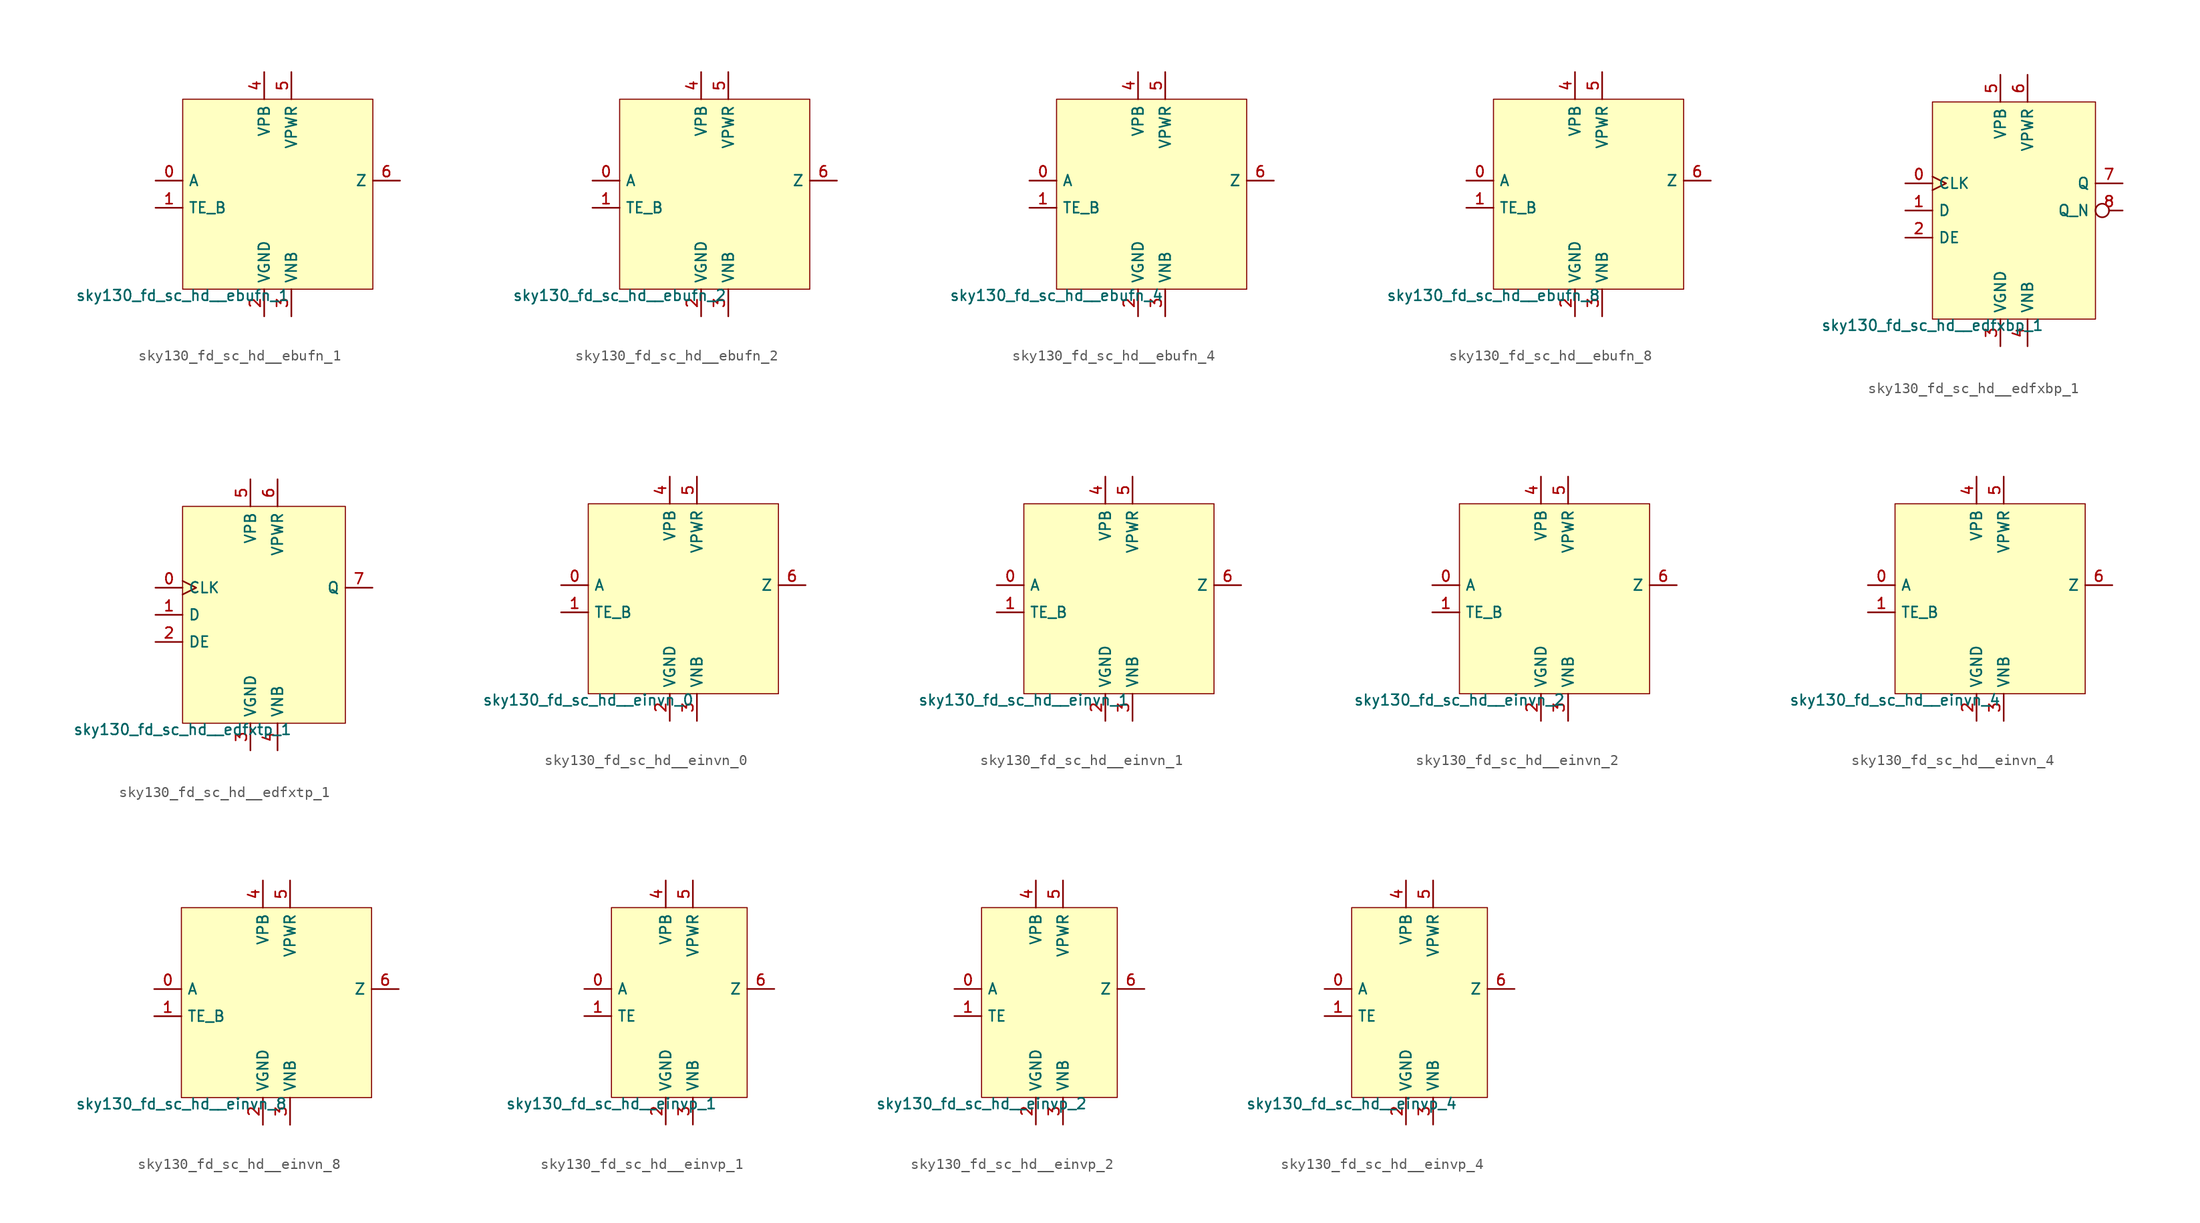
<source format=kicad_sym>
(kicad_symbol_lib
  (version 20211014)
  (generator lef2kicad_sym)
  (symbol "sky130_fd_sc_hd__ebufn_1"
    (property "Reference" "X"
      (at 0 0 0)
      (effects (font (size 1 1)) hide))
    (property "Value" "sky130_fd_sc_hd__ebufn_1"
      (at -8.89 -8.89 0)
      (effects (font (size 1 1)) (justify top)))
    (rectangle
      (start -8.89 -8.89)
      (end 8.89 8.89)
      (stroke (width 0.1) (type solid) (color 0 0 0 0))
      (fill (type background)))
    (pin input line
      (at -11.43 1.27 0)
      (length 2.54)
      (name "A" (effects (font (size 1 1)) hide))
      (number "0" (effects (font (size 1 1)) hide)))
    (pin input line
      (at -11.43 -1.27 0)
      (length 2.54)
      (name "TE_B" (effects (font (size 1 1)) hide))
      (number "1" (effects (font (size 1 1)) hide)))
    (pin power_in line
      (at -1.27 -11.43 90)
      (length 2.54)
      (name "VGND" (effects (font (size 1 1)) hide))
      (number "2" (effects (font (size 1 1)) hide)))
    (pin power_in line
      (at 1.27 -11.43 90)
      (length 2.54)
      (name "VNB" (effects (font (size 1 1)) hide))
      (number "3" (effects (font (size 1 1)) hide)))
    (pin power_in line
      (at -1.27 11.43 270)
      (length 2.54)
      (name "VPB" (effects (font (size 1 1)) hide))
      (number "4" (effects (font (size 1 1)) hide)))
    (pin power_in line
      (at 1.27 11.43 270)
      (length 2.54)
      (name "VPWR" (effects (font (size 1 1)) hide))
      (number "5" (effects (font (size 1 1)) hide)))
    (pin output line
      (at 11.43 1.27 180)
      (length 2.54)
      (name "Z" (effects (font (size 1 1)) hide))
      (number "6" (effects (font (size 1 1)) hide))))
  (symbol "sky130_fd_sc_hd__ebufn_2"
    (property "Reference" "X"
      (at 0 0 0)
      (effects (font (size 1 1)) hide))
    (property "Value" "sky130_fd_sc_hd__ebufn_2"
      (at -8.89 -8.89 0)
      (effects (font (size 1 1)) (justify top)))
    (rectangle
      (start -8.89 -8.89)
      (end 8.89 8.89)
      (stroke (width 0.1) (type solid) (color 0 0 0 0))
      (fill (type background)))
    (pin input line
      (at -11.43 1.27 0)
      (length 2.54)
      (name "A" (effects (font (size 1 1)) hide))
      (number "0" (effects (font (size 1 1)) hide)))
    (pin input line
      (at -11.43 -1.27 0)
      (length 2.54)
      (name "TE_B" (effects (font (size 1 1)) hide))
      (number "1" (effects (font (size 1 1)) hide)))
    (pin power_in line
      (at -1.27 -11.43 90)
      (length 2.54)
      (name "VGND" (effects (font (size 1 1)) hide))
      (number "2" (effects (font (size 1 1)) hide)))
    (pin power_in line
      (at 1.27 -11.43 90)
      (length 2.54)
      (name "VNB" (effects (font (size 1 1)) hide))
      (number "3" (effects (font (size 1 1)) hide)))
    (pin power_in line
      (at -1.27 11.43 270)
      (length 2.54)
      (name "VPB" (effects (font (size 1 1)) hide))
      (number "4" (effects (font (size 1 1)) hide)))
    (pin power_in line
      (at 1.27 11.43 270)
      (length 2.54)
      (name "VPWR" (effects (font (size 1 1)) hide))
      (number "5" (effects (font (size 1 1)) hide)))
    (pin output line
      (at 11.43 1.27 180)
      (length 2.54)
      (name "Z" (effects (font (size 1 1)) hide))
      (number "6" (effects (font (size 1 1)) hide))))
  (symbol "sky130_fd_sc_hd__ebufn_4"
    (property "Reference" "X"
      (at 0 0 0)
      (effects (font (size 1 1)) hide))
    (property "Value" "sky130_fd_sc_hd__ebufn_4"
      (at -8.89 -8.89 0)
      (effects (font (size 1 1)) (justify top)))
    (rectangle
      (start -8.89 -8.89)
      (end 8.89 8.89)
      (stroke (width 0.1) (type solid) (color 0 0 0 0))
      (fill (type background)))
    (pin input line
      (at -11.43 1.27 0)
      (length 2.54)
      (name "A" (effects (font (size 1 1)) hide))
      (number "0" (effects (font (size 1 1)) hide)))
    (pin input line
      (at -11.43 -1.27 0)
      (length 2.54)
      (name "TE_B" (effects (font (size 1 1)) hide))
      (number "1" (effects (font (size 1 1)) hide)))
    (pin power_in line
      (at -1.27 -11.43 90)
      (length 2.54)
      (name "VGND" (effects (font (size 1 1)) hide))
      (number "2" (effects (font (size 1 1)) hide)))
    (pin power_in line
      (at 1.27 -11.43 90)
      (length 2.54)
      (name "VNB" (effects (font (size 1 1)) hide))
      (number "3" (effects (font (size 1 1)) hide)))
    (pin power_in line
      (at -1.27 11.43 270)
      (length 2.54)
      (name "VPB" (effects (font (size 1 1)) hide))
      (number "4" (effects (font (size 1 1)) hide)))
    (pin power_in line
      (at 1.27 11.43 270)
      (length 2.54)
      (name "VPWR" (effects (font (size 1 1)) hide))
      (number "5" (effects (font (size 1 1)) hide)))
    (pin output line
      (at 11.43 1.27 180)
      (length 2.54)
      (name "Z" (effects (font (size 1 1)) hide))
      (number "6" (effects (font (size 1 1)) hide))))
  (symbol "sky130_fd_sc_hd__ebufn_8"
    (property "Reference" "X"
      (at 0 0 0)
      (effects (font (size 1 1)) hide))
    (property "Value" "sky130_fd_sc_hd__ebufn_8"
      (at -8.89 -8.89 0)
      (effects (font (size 1 1)) (justify top)))
    (rectangle
      (start -8.89 -8.89)
      (end 8.89 8.89)
      (stroke (width 0.1) (type solid) (color 0 0 0 0))
      (fill (type background)))
    (pin input line
      (at -11.43 1.27 0)
      (length 2.54)
      (name "A" (effects (font (size 1 1)) hide))
      (number "0" (effects (font (size 1 1)) hide)))
    (pin input line
      (at -11.43 -1.27 0)
      (length 2.54)
      (name "TE_B" (effects (font (size 1 1)) hide))
      (number "1" (effects (font (size 1 1)) hide)))
    (pin power_in line
      (at -1.27 -11.43 90)
      (length 2.54)
      (name "VGND" (effects (font (size 1 1)) hide))
      (number "2" (effects (font (size 1 1)) hide)))
    (pin power_in line
      (at 1.27 -11.43 90)
      (length 2.54)
      (name "VNB" (effects (font (size 1 1)) hide))
      (number "3" (effects (font (size 1 1)) hide)))
    (pin power_in line
      (at -1.27 11.43 270)
      (length 2.54)
      (name "VPB" (effects (font (size 1 1)) hide))
      (number "4" (effects (font (size 1 1)) hide)))
    (pin power_in line
      (at 1.27 11.43 270)
      (length 2.54)
      (name "VPWR" (effects (font (size 1 1)) hide))
      (number "5" (effects (font (size 1 1)) hide)))
    (pin output line
      (at 11.43 1.27 180)
      (length 2.54)
      (name "Z" (effects (font (size 1 1)) hide))
      (number "6" (effects (font (size 1 1)) hide))))
  (symbol "sky130_fd_sc_hd__edfxbp_1"
    (property "Reference" "X"
      (at 0 0 0)
      (effects (font (size 1 1)) hide))
    (property "Value" "sky130_fd_sc_hd__edfxbp_1"
      (at -7.62 -10.16 0)
      (effects (font (size 1 1)) (justify top)))
    (rectangle
      (start -7.62 -10.16)
      (end 7.62 10.16)
      (stroke (width 0.1) (type solid) (color 0 0 0 0))
      (fill (type background)))
    (pin input clock
      (at -10.16 2.54 0)
      (length 2.54)
      (name "CLK" (effects (font (size 1 1)) hide))
      (number "0" (effects (font (size 1 1)) hide)))
    (pin input line
      (at -10.16 0.0 0)
      (length 2.54)
      (name "D" (effects (font (size 1 1)) hide))
      (number "1" (effects (font (size 1 1)) hide)))
    (pin input line
      (at -10.16 -2.54 0)
      (length 2.54)
      (name "DE" (effects (font (size 1 1)) hide))
      (number "2" (effects (font (size 1 1)) hide)))
    (pin power_in line
      (at -1.27 -12.7 90)
      (length 2.54)
      (name "VGND" (effects (font (size 1 1)) hide))
      (number "3" (effects (font (size 1 1)) hide)))
    (pin power_in line
      (at 1.27 -12.7 90)
      (length 2.54)
      (name "VNB" (effects (font (size 1 1)) hide))
      (number "4" (effects (font (size 1 1)) hide)))
    (pin power_in line
      (at -1.27 12.7 270)
      (length 2.54)
      (name "VPB" (effects (font (size 1 1)) hide))
      (number "5" (effects (font (size 1 1)) hide)))
    (pin power_in line
      (at 1.27 12.7 270)
      (length 2.54)
      (name "VPWR" (effects (font (size 1 1)) hide))
      (number "6" (effects (font (size 1 1)) hide)))
    (pin output line
      (at 10.16 2.54 180)
      (length 2.54)
      (name "Q" (effects (font (size 1 1)) hide))
      (number "7" (effects (font (size 1 1)) hide)))
    (pin output inverted
      (at 10.16 0.0 180)
      (length 2.54)
      (name "Q_N" (effects (font (size 1 1)) hide))
      (number "8" (effects (font (size 1 1)) hide))))
  (symbol "sky130_fd_sc_hd__edfxtp_1"
    (property "Reference" "X"
      (at 0 0 0)
      (effects (font (size 1 1)) hide))
    (property "Value" "sky130_fd_sc_hd__edfxtp_1"
      (at -7.62 -10.16 0)
      (effects (font (size 1 1)) (justify top)))
    (rectangle
      (start -7.62 -10.16)
      (end 7.62 10.16)
      (stroke (width 0.1) (type solid) (color 0 0 0 0))
      (fill (type background)))
    (pin input clock
      (at -10.16 2.54 0)
      (length 2.54)
      (name "CLK" (effects (font (size 1 1)) hide))
      (number "0" (effects (font (size 1 1)) hide)))
    (pin input line
      (at -10.16 0.0 0)
      (length 2.54)
      (name "D" (effects (font (size 1 1)) hide))
      (number "1" (effects (font (size 1 1)) hide)))
    (pin input line
      (at -10.16 -2.54 0)
      (length 2.54)
      (name "DE" (effects (font (size 1 1)) hide))
      (number "2" (effects (font (size 1 1)) hide)))
    (pin power_in line
      (at -1.27 -12.7 90)
      (length 2.54)
      (name "VGND" (effects (font (size 1 1)) hide))
      (number "3" (effects (font (size 1 1)) hide)))
    (pin power_in line
      (at 1.27 -12.7 90)
      (length 2.54)
      (name "VNB" (effects (font (size 1 1)) hide))
      (number "4" (effects (font (size 1 1)) hide)))
    (pin power_in line
      (at -1.27 12.7 270)
      (length 2.54)
      (name "VPB" (effects (font (size 1 1)) hide))
      (number "5" (effects (font (size 1 1)) hide)))
    (pin power_in line
      (at 1.27 12.7 270)
      (length 2.54)
      (name "VPWR" (effects (font (size 1 1)) hide))
      (number "6" (effects (font (size 1 1)) hide)))
    (pin output line
      (at 10.16 2.54 180)
      (length 2.54)
      (name "Q" (effects (font (size 1 1)) hide))
      (number "7" (effects (font (size 1 1)) hide))))
  (symbol "sky130_fd_sc_hd__einvn_0"
    (property "Reference" "X"
      (at 0 0 0)
      (effects (font (size 1 1)) hide))
    (property "Value" "sky130_fd_sc_hd__einvn_0"
      (at -8.89 -8.89 0)
      (effects (font (size 1 1)) (justify top)))
    (rectangle
      (start -8.89 -8.89)
      (end 8.89 8.89)
      (stroke (width 0.1) (type solid) (color 0 0 0 0))
      (fill (type background)))
    (pin input line
      (at -11.43 1.27 0)
      (length 2.54)
      (name "A" (effects (font (size 1 1)) hide))
      (number "0" (effects (font (size 1 1)) hide)))
    (pin input line
      (at -11.43 -1.27 0)
      (length 2.54)
      (name "TE_B" (effects (font (size 1 1)) hide))
      (number "1" (effects (font (size 1 1)) hide)))
    (pin power_in line
      (at -1.27 -11.43 90)
      (length 2.54)
      (name "VGND" (effects (font (size 1 1)) hide))
      (number "2" (effects (font (size 1 1)) hide)))
    (pin power_in line
      (at 1.27 -11.43 90)
      (length 2.54)
      (name "VNB" (effects (font (size 1 1)) hide))
      (number "3" (effects (font (size 1 1)) hide)))
    (pin power_in line
      (at -1.27 11.43 270)
      (length 2.54)
      (name "VPB" (effects (font (size 1 1)) hide))
      (number "4" (effects (font (size 1 1)) hide)))
    (pin power_in line
      (at 1.27 11.43 270)
      (length 2.54)
      (name "VPWR" (effects (font (size 1 1)) hide))
      (number "5" (effects (font (size 1 1)) hide)))
    (pin output line
      (at 11.43 1.27 180)
      (length 2.54)
      (name "Z" (effects (font (size 1 1)) hide))
      (number "6" (effects (font (size 1 1)) hide))))
  (symbol "sky130_fd_sc_hd__einvn_1"
    (property "Reference" "X"
      (at 0 0 0)
      (effects (font (size 1 1)) hide))
    (property "Value" "sky130_fd_sc_hd__einvn_1"
      (at -8.89 -8.89 0)
      (effects (font (size 1 1)) (justify top)))
    (rectangle
      (start -8.89 -8.89)
      (end 8.89 8.89)
      (stroke (width 0.1) (type solid) (color 0 0 0 0))
      (fill (type background)))
    (pin input line
      (at -11.43 1.27 0)
      (length 2.54)
      (name "A" (effects (font (size 1 1)) hide))
      (number "0" (effects (font (size 1 1)) hide)))
    (pin input line
      (at -11.43 -1.27 0)
      (length 2.54)
      (name "TE_B" (effects (font (size 1 1)) hide))
      (number "1" (effects (font (size 1 1)) hide)))
    (pin power_in line
      (at -1.27 -11.43 90)
      (length 2.54)
      (name "VGND" (effects (font (size 1 1)) hide))
      (number "2" (effects (font (size 1 1)) hide)))
    (pin power_in line
      (at 1.27 -11.43 90)
      (length 2.54)
      (name "VNB" (effects (font (size 1 1)) hide))
      (number "3" (effects (font (size 1 1)) hide)))
    (pin power_in line
      (at -1.27 11.43 270)
      (length 2.54)
      (name "VPB" (effects (font (size 1 1)) hide))
      (number "4" (effects (font (size 1 1)) hide)))
    (pin power_in line
      (at 1.27 11.43 270)
      (length 2.54)
      (name "VPWR" (effects (font (size 1 1)) hide))
      (number "5" (effects (font (size 1 1)) hide)))
    (pin output line
      (at 11.43 1.27 180)
      (length 2.54)
      (name "Z" (effects (font (size 1 1)) hide))
      (number "6" (effects (font (size 1 1)) hide))))
  (symbol "sky130_fd_sc_hd__einvn_2"
    (property "Reference" "X"
      (at 0 0 0)
      (effects (font (size 1 1)) hide))
    (property "Value" "sky130_fd_sc_hd__einvn_2"
      (at -8.89 -8.89 0)
      (effects (font (size 1 1)) (justify top)))
    (rectangle
      (start -8.89 -8.89)
      (end 8.89 8.89)
      (stroke (width 0.1) (type solid) (color 0 0 0 0))
      (fill (type background)))
    (pin input line
      (at -11.43 1.27 0)
      (length 2.54)
      (name "A" (effects (font (size 1 1)) hide))
      (number "0" (effects (font (size 1 1)) hide)))
    (pin input line
      (at -11.43 -1.27 0)
      (length 2.54)
      (name "TE_B" (effects (font (size 1 1)) hide))
      (number "1" (effects (font (size 1 1)) hide)))
    (pin power_in line
      (at -1.27 -11.43 90)
      (length 2.54)
      (name "VGND" (effects (font (size 1 1)) hide))
      (number "2" (effects (font (size 1 1)) hide)))
    (pin power_in line
      (at 1.27 -11.43 90)
      (length 2.54)
      (name "VNB" (effects (font (size 1 1)) hide))
      (number "3" (effects (font (size 1 1)) hide)))
    (pin power_in line
      (at -1.27 11.43 270)
      (length 2.54)
      (name "VPB" (effects (font (size 1 1)) hide))
      (number "4" (effects (font (size 1 1)) hide)))
    (pin power_in line
      (at 1.27 11.43 270)
      (length 2.54)
      (name "VPWR" (effects (font (size 1 1)) hide))
      (number "5" (effects (font (size 1 1)) hide)))
    (pin output line
      (at 11.43 1.27 180)
      (length 2.54)
      (name "Z" (effects (font (size 1 1)) hide))
      (number "6" (effects (font (size 1 1)) hide))))
  (symbol "sky130_fd_sc_hd__einvn_4"
    (property "Reference" "X"
      (at 0 0 0)
      (effects (font (size 1 1)) hide))
    (property "Value" "sky130_fd_sc_hd__einvn_4"
      (at -8.89 -8.89 0)
      (effects (font (size 1 1)) (justify top)))
    (rectangle
      (start -8.89 -8.89)
      (end 8.89 8.89)
      (stroke (width 0.1) (type solid) (color 0 0 0 0))
      (fill (type background)))
    (pin input line
      (at -11.43 1.27 0)
      (length 2.54)
      (name "A" (effects (font (size 1 1)) hide))
      (number "0" (effects (font (size 1 1)) hide)))
    (pin input line
      (at -11.43 -1.27 0)
      (length 2.54)
      (name "TE_B" (effects (font (size 1 1)) hide))
      (number "1" (effects (font (size 1 1)) hide)))
    (pin power_in line
      (at -1.27 -11.43 90)
      (length 2.54)
      (name "VGND" (effects (font (size 1 1)) hide))
      (number "2" (effects (font (size 1 1)) hide)))
    (pin power_in line
      (at 1.27 -11.43 90)
      (length 2.54)
      (name "VNB" (effects (font (size 1 1)) hide))
      (number "3" (effects (font (size 1 1)) hide)))
    (pin power_in line
      (at -1.27 11.43 270)
      (length 2.54)
      (name "VPB" (effects (font (size 1 1)) hide))
      (number "4" (effects (font (size 1 1)) hide)))
    (pin power_in line
      (at 1.27 11.43 270)
      (length 2.54)
      (name "VPWR" (effects (font (size 1 1)) hide))
      (number "5" (effects (font (size 1 1)) hide)))
    (pin output line
      (at 11.43 1.27 180)
      (length 2.54)
      (name "Z" (effects (font (size 1 1)) hide))
      (number "6" (effects (font (size 1 1)) hide))))
  (symbol "sky130_fd_sc_hd__einvn_8"
    (property "Reference" "X"
      (at 0 0 0)
      (effects (font (size 1 1)) hide))
    (property "Value" "sky130_fd_sc_hd__einvn_8"
      (at -8.89 -8.89 0)
      (effects (font (size 1 1)) (justify top)))
    (rectangle
      (start -8.89 -8.89)
      (end 8.89 8.89)
      (stroke (width 0.1) (type solid) (color 0 0 0 0))
      (fill (type background)))
    (pin input line
      (at -11.43 1.27 0)
      (length 2.54)
      (name "A" (effects (font (size 1 1)) hide))
      (number "0" (effects (font (size 1 1)) hide)))
    (pin input line
      (at -11.43 -1.27 0)
      (length 2.54)
      (name "TE_B" (effects (font (size 1 1)) hide))
      (number "1" (effects (font (size 1 1)) hide)))
    (pin power_in line
      (at -1.27 -11.43 90)
      (length 2.54)
      (name "VGND" (effects (font (size 1 1)) hide))
      (number "2" (effects (font (size 1 1)) hide)))
    (pin power_in line
      (at 1.27 -11.43 90)
      (length 2.54)
      (name "VNB" (effects (font (size 1 1)) hide))
      (number "3" (effects (font (size 1 1)) hide)))
    (pin power_in line
      (at -1.27 11.43 270)
      (length 2.54)
      (name "VPB" (effects (font (size 1 1)) hide))
      (number "4" (effects (font (size 1 1)) hide)))
    (pin power_in line
      (at 1.27 11.43 270)
      (length 2.54)
      (name "VPWR" (effects (font (size 1 1)) hide))
      (number "5" (effects (font (size 1 1)) hide)))
    (pin output line
      (at 11.43 1.27 180)
      (length 2.54)
      (name "Z" (effects (font (size 1 1)) hide))
      (number "6" (effects (font (size 1 1)) hide))))
  (symbol "sky130_fd_sc_hd__einvp_1"
    (property "Reference" "X"
      (at 0 0 0)
      (effects (font (size 1 1)) hide))
    (property "Value" "sky130_fd_sc_hd__einvp_1"
      (at -6.35 -8.89 0)
      (effects (font (size 1 1)) (justify top)))
    (rectangle
      (start -6.35 -8.89)
      (end 6.35 8.89)
      (stroke (width 0.1) (type solid) (color 0 0 0 0))
      (fill (type background)))
    (pin input line
      (at -8.89 1.27 0)
      (length 2.54)
      (name "A" (effects (font (size 1 1)) hide))
      (number "0" (effects (font (size 1 1)) hide)))
    (pin input line
      (at -8.89 -1.27 0)
      (length 2.54)
      (name "TE" (effects (font (size 1 1)) hide))
      (number "1" (effects (font (size 1 1)) hide)))
    (pin power_in line
      (at -1.27 -11.43 90)
      (length 2.54)
      (name "VGND" (effects (font (size 1 1)) hide))
      (number "2" (effects (font (size 1 1)) hide)))
    (pin power_in line
      (at 1.27 -11.43 90)
      (length 2.54)
      (name "VNB" (effects (font (size 1 1)) hide))
      (number "3" (effects (font (size 1 1)) hide)))
    (pin power_in line
      (at -1.27 11.43 270)
      (length 2.54)
      (name "VPB" (effects (font (size 1 1)) hide))
      (number "4" (effects (font (size 1 1)) hide)))
    (pin power_in line
      (at 1.27 11.43 270)
      (length 2.54)
      (name "VPWR" (effects (font (size 1 1)) hide))
      (number "5" (effects (font (size 1 1)) hide)))
    (pin output line
      (at 8.89 1.27 180)
      (length 2.54)
      (name "Z" (effects (font (size 1 1)) hide))
      (number "6" (effects (font (size 1 1)) hide))))
  (symbol "sky130_fd_sc_hd__einvp_2"
    (property "Reference" "X"
      (at 0 0 0)
      (effects (font (size 1 1)) hide))
    (property "Value" "sky130_fd_sc_hd__einvp_2"
      (at -6.35 -8.89 0)
      (effects (font (size 1 1)) (justify top)))
    (rectangle
      (start -6.35 -8.89)
      (end 6.35 8.89)
      (stroke (width 0.1) (type solid) (color 0 0 0 0))
      (fill (type background)))
    (pin input line
      (at -8.89 1.27 0)
      (length 2.54)
      (name "A" (effects (font (size 1 1)) hide))
      (number "0" (effects (font (size 1 1)) hide)))
    (pin input line
      (at -8.89 -1.27 0)
      (length 2.54)
      (name "TE" (effects (font (size 1 1)) hide))
      (number "1" (effects (font (size 1 1)) hide)))
    (pin power_in line
      (at -1.27 -11.43 90)
      (length 2.54)
      (name "VGND" (effects (font (size 1 1)) hide))
      (number "2" (effects (font (size 1 1)) hide)))
    (pin power_in line
      (at 1.27 -11.43 90)
      (length 2.54)
      (name "VNB" (effects (font (size 1 1)) hide))
      (number "3" (effects (font (size 1 1)) hide)))
    (pin power_in line
      (at -1.27 11.43 270)
      (length 2.54)
      (name "VPB" (effects (font (size 1 1)) hide))
      (number "4" (effects (font (size 1 1)) hide)))
    (pin power_in line
      (at 1.27 11.43 270)
      (length 2.54)
      (name "VPWR" (effects (font (size 1 1)) hide))
      (number "5" (effects (font (size 1 1)) hide)))
    (pin output line
      (at 8.89 1.27 180)
      (length 2.54)
      (name "Z" (effects (font (size 1 1)) hide))
      (number "6" (effects (font (size 1 1)) hide))))
  (symbol "sky130_fd_sc_hd__einvp_4"
    (property "Reference" "X"
      (at 0 0 0)
      (effects (font (size 1 1)) hide))
    (property "Value" "sky130_fd_sc_hd__einvp_4"
      (at -6.35 -8.89 0)
      (effects (font (size 1 1)) (justify top)))
    (rectangle
      (start -6.35 -8.89)
      (end 6.35 8.89)
      (stroke (width 0.1) (type solid) (color 0 0 0 0))
      (fill (type background)))
    (pin input line
      (at -8.89 1.27 0)
      (length 2.54)
      (name "A" (effects (font (size 1 1)) hide))
      (number "0" (effects (font (size 1 1)) hide)))
    (pin input line
      (at -8.89 -1.27 0)
      (length 2.54)
      (name "TE" (effects (font (size 1 1)) hide))
      (number "1" (effects (font (size 1 1)) hide)))
    (pin power_in line
      (at -1.27 -11.43 90)
      (length 2.54)
      (name "VGND" (effects (font (size 1 1)) hide))
      (number "2" (effects (font (size 1 1)) hide)))
    (pin power_in line
      (at 1.27 -11.43 90)
      (length 2.54)
      (name "VNB" (effects (font (size 1 1)) hide))
      (number "3" (effects (font (size 1 1)) hide)))
    (pin power_in line
      (at -1.27 11.43 270)
      (length 2.54)
      (name "VPB" (effects (font (size 1 1)) hide))
      (number "4" (effects (font (size 1 1)) hide)))
    (pin power_in line
      (at 1.27 11.43 270)
      (length 2.54)
      (name "VPWR" (effects (font (size 1 1)) hide))
      (number "5" (effects (font (size 1 1)) hide)))
    (pin output line
      (at 8.89 1.27 180)
      (length 2.54)
      (name "Z" (effects (font (size 1 1)) hide))
      (number "6" (effects (font (size 1 1)) hide)))))
</source>
